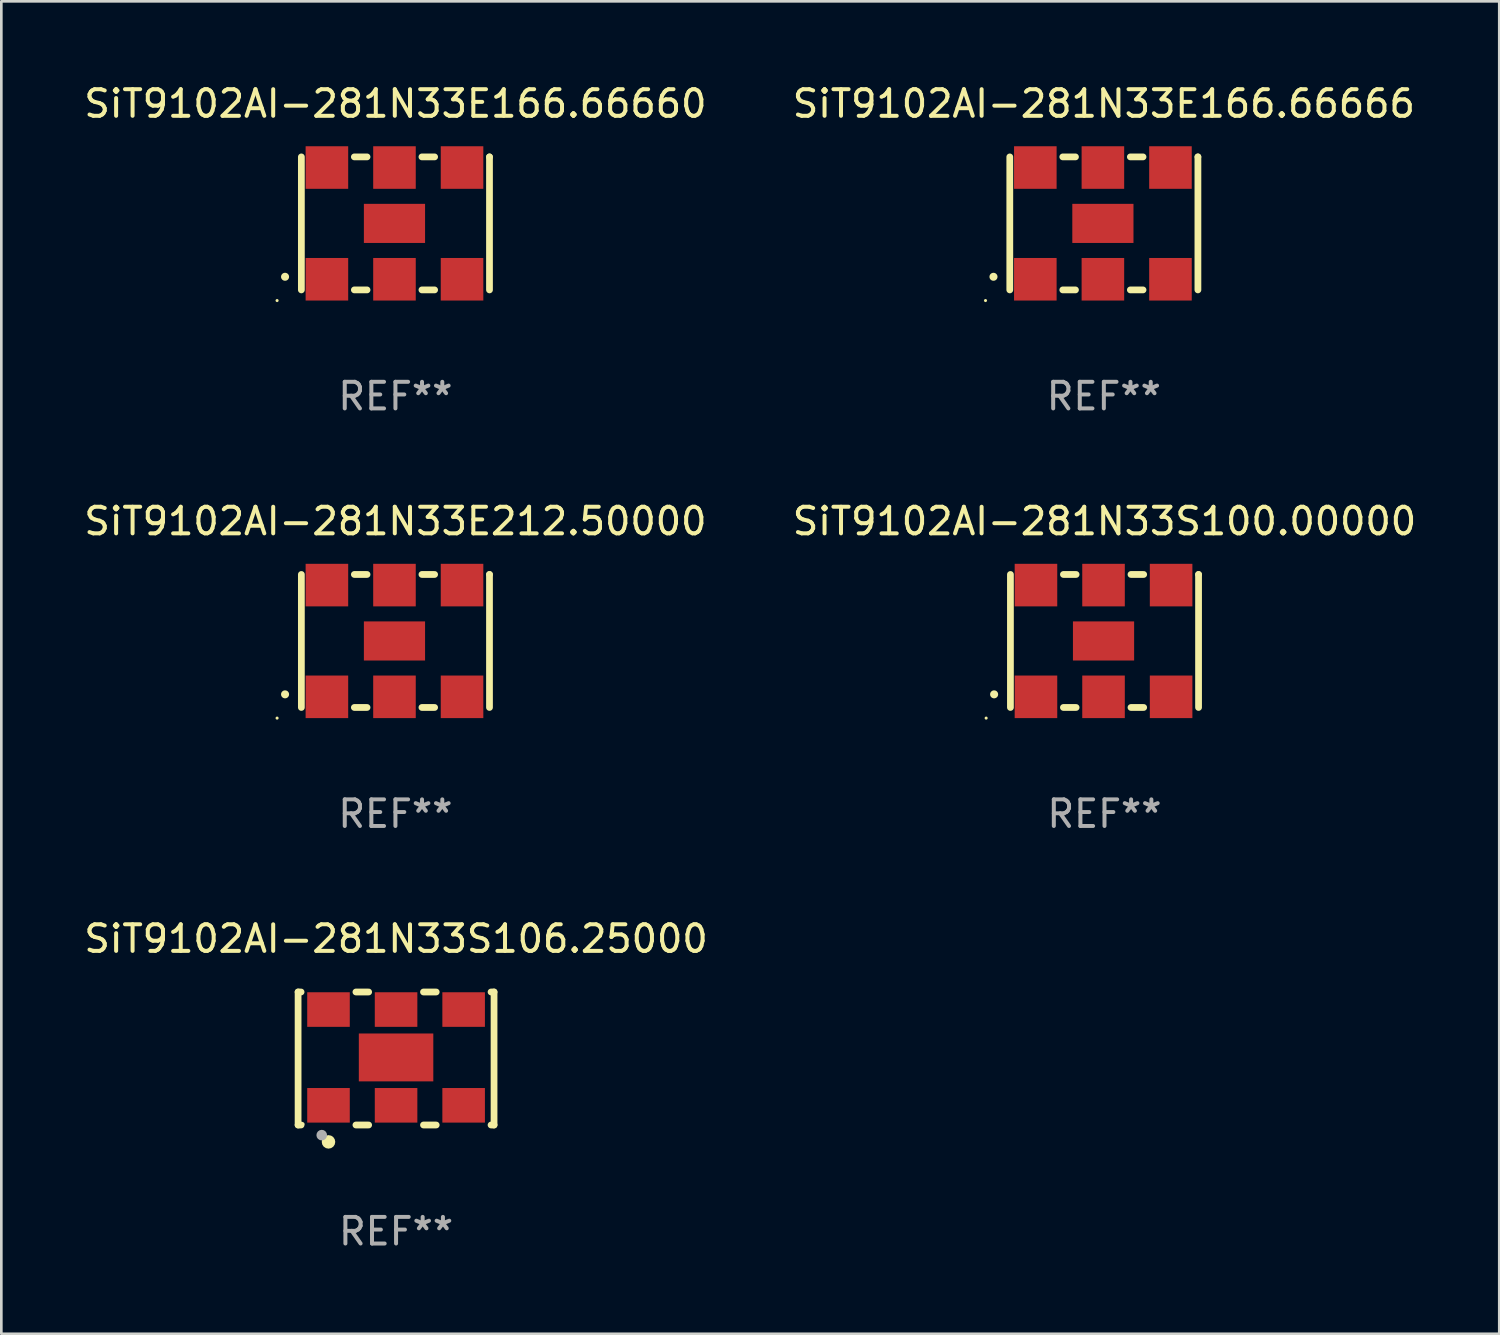
<source format=kicad_pcb>
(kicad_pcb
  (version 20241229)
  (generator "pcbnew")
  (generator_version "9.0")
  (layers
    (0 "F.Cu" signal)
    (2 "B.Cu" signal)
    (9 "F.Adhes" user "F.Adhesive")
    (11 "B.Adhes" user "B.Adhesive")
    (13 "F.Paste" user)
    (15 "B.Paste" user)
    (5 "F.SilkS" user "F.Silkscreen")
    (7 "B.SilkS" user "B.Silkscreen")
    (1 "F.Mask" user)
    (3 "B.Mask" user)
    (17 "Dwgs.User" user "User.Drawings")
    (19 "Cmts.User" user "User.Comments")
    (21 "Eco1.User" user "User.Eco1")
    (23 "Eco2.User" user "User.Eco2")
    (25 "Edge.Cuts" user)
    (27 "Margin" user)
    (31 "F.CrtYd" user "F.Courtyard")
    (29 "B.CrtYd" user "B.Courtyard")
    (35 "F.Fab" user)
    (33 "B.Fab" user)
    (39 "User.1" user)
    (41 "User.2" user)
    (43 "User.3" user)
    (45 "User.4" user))
  (footprint "SiT9102AI-281N33E166.66660"
    (layer "F.Cu")
    (at 11.815 5.348)
    (property "Reference" "SiT9102AI-281N33E166.66660" (at 0 -4.5 0) (layer "F.SilkS") (effects (font (size 1 1) (thickness 0.15))))
    (attr through_hole)
    (fp_line (start -3.536 -2.5) (end -3.536 2.5) (stroke (width 0.254) (type solid)) (layer "F.SilkS"))
    (fp_line (start -1.544 2.5) (end -1.067 2.5) (stroke (width 0.254) (type solid)) (layer "F.SilkS"))
    (fp_line (start -1.067 -2.5) (end -1.544 -2.5) (stroke (width 0.254) (type solid)) (layer "F.SilkS"))
    (fp_line (start 0.996 2.5) (end 1.473 2.5) (stroke (width 0.254) (type solid)) (layer "F.SilkS"))
    (fp_line (start 1.473 -2.5) (end 0.996 -2.5) (stroke (width 0.254) (type solid)) (layer "F.SilkS"))
    (fp_line (start 3.536 -2.5) (end 3.536 -2.5) (stroke (width 0.254) (type solid)) (layer "F.SilkS"))
    (fp_line (start 3.536 2.5) (end 3.536 -2.5) (stroke (width 0.254) (type solid)) (layer "F.SilkS"))
    (fp_arc (start -4.150432 2.006604) (mid -4.149162 2.006599) (end -4.147892 2.006604) (stroke (width 0.3) (type solid)) (layer "F.SilkS"))
    (fp_circle (center -4.449 2.9) (end -4.419 2.9) (stroke (width 0.06) (type solid)) (fill no) (layer "F.SilkS"))
    (fp_text user "REF**" (at 0 6.5 0) (layer "F.Fab") (effects (font (size 1 1) (thickness 0.15))))
    (pad "1" smd rect (at -2.576 2.1) (size 1.6 1.6) (layers "F.Cu" "F.Mask" "F.Paste"))
    (pad "2" smd rect (at -0.036 2.1) (size 1.6 1.6) (layers "F.Cu" "F.Mask" "F.Paste"))
    (pad "3" smd rect (at 2.504 2.1) (size 1.6 1.6) (layers "F.Cu" "F.Mask" "F.Paste"))
    (pad "4" smd rect (at 2.504 -2.1) (size 1.6 1.6) (layers "F.Cu" "F.Mask" "F.Paste"))
    (pad "5" smd rect (at -0.036 -2.1) (size 1.6 1.6) (layers "F.Cu" "F.Mask" "F.Paste"))
    (pad "6" smd rect (at -2.576 -2.1) (size 1.6 1.6) (layers "F.Cu" "F.Mask" "F.Paste"))
    (pad "7" smd rect (at -0.036 0) (size 2.3 1.47) (layers "F.Cu" "F.Mask" "F.Paste")))
  (footprint "SiT9102AI-281N33E212.50000"
    (layer "F.Cu")
    (at 11.815 21.045)
    (property "Reference" "SiT9102AI-281N33E212.50000" (at 0 -4.5 0) (layer "F.SilkS") (effects (font (size 1 1) (thickness 0.15))))
    (attr through_hole)
    (fp_line (start -3.536 -2.5) (end -3.536 2.5) (stroke (width 0.254) (type solid)) (layer "F.SilkS"))
    (fp_line (start -1.544 2.5) (end -1.067 2.5) (stroke (width 0.254) (type solid)) (layer "F.SilkS"))
    (fp_line (start -1.067 -2.5) (end -1.544 -2.5) (stroke (width 0.254) (type solid)) (layer "F.SilkS"))
    (fp_line (start 0.996 2.5) (end 1.473 2.5) (stroke (width 0.254) (type solid)) (layer "F.SilkS"))
    (fp_line (start 1.473 -2.5) (end 0.996 -2.5) (stroke (width 0.254) (type solid)) (layer "F.SilkS"))
    (fp_line (start 3.536 -2.5) (end 3.536 -2.5) (stroke (width 0.254) (type solid)) (layer "F.SilkS"))
    (fp_line (start 3.536 2.5) (end 3.536 -2.5) (stroke (width 0.254) (type solid)) (layer "F.SilkS"))
    (fp_arc (start -4.150432 2.006604) (mid -4.149162 2.006599) (end -4.147892 2.006604) (stroke (width 0.3) (type solid)) (layer "F.SilkS"))
    (fp_circle (center -4.449 2.9) (end -4.419 2.9) (stroke (width 0.06) (type solid)) (fill no) (layer "F.SilkS"))
    (fp_text user "REF**" (at 0 6.5 0) (layer "F.Fab") (effects (font (size 1 1) (thickness 0.15))))
    (pad "1" smd rect (at -2.576 2.1) (size 1.6 1.6) (layers "F.Cu" "F.Mask" "F.Paste"))
    (pad "2" smd rect (at -0.036 2.1) (size 1.6 1.6) (layers "F.Cu" "F.Mask" "F.Paste"))
    (pad "3" smd rect (at 2.504 2.1) (size 1.6 1.6) (layers "F.Cu" "F.Mask" "F.Paste"))
    (pad "4" smd rect (at 2.504 -2.1) (size 1.6 1.6) (layers "F.Cu" "F.Mask" "F.Paste"))
    (pad "5" smd rect (at -0.036 -2.1) (size 1.6 1.6) (layers "F.Cu" "F.Mask" "F.Paste"))
    (pad "6" smd rect (at -2.576 -2.1) (size 1.6 1.6) (layers "F.Cu" "F.Mask" "F.Paste"))
    (pad "7" smd rect (at -0.036 0) (size 2.3 1.47) (layers "F.Cu" "F.Mask" "F.Paste")))
  (footprint "SiT9102AI-281N33E166.66666"
    (layer "F.Cu")
    (at 38.446 5.348)
    (property "Reference" "SiT9102AI-281N33E166.66666" (at 0 -4.5 0) (layer "F.SilkS") (effects (font (size 1 1) (thickness 0.15))))
    (attr through_hole)
    (fp_line (start -3.536 -2.5) (end -3.536 2.5) (stroke (width 0.254) (type solid)) (layer "F.SilkS"))
    (fp_line (start -1.544 2.5) (end -1.067 2.5) (stroke (width 0.254) (type solid)) (layer "F.SilkS"))
    (fp_line (start -1.067 -2.5) (end -1.544 -2.5) (stroke (width 0.254) (type solid)) (layer "F.SilkS"))
    (fp_line (start 0.996 2.5) (end 1.473 2.5) (stroke (width 0.254) (type solid)) (layer "F.SilkS"))
    (fp_line (start 1.473 -2.5) (end 0.996 -2.5) (stroke (width 0.254) (type solid)) (layer "F.SilkS"))
    (fp_line (start 3.536 -2.5) (end 3.536 -2.5) (stroke (width 0.254) (type solid)) (layer "F.SilkS"))
    (fp_line (start 3.536 2.5) (end 3.536 -2.5) (stroke (width 0.254) (type solid)) (layer "F.SilkS"))
    (fp_arc (start -4.150432 2.006604) (mid -4.149162 2.006599) (end -4.147892 2.006604) (stroke (width 0.3) (type solid)) (layer "F.SilkS"))
    (fp_circle (center -4.449 2.9) (end -4.419 2.9) (stroke (width 0.06) (type solid)) (fill no) (layer "F.SilkS"))
    (fp_text user "REF**" (at 0 6.5 0) (layer "F.Fab") (effects (font (size 1 1) (thickness 0.15))))
    (pad "1" smd rect (at -2.576 2.1) (size 1.6 1.6) (layers "F.Cu" "F.Mask" "F.Paste"))
    (pad "2" smd rect (at -0.036 2.1) (size 1.6 1.6) (layers "F.Cu" "F.Mask" "F.Paste"))
    (pad "3" smd rect (at 2.504 2.1) (size 1.6 1.6) (layers "F.Cu" "F.Mask" "F.Paste"))
    (pad "4" smd rect (at 2.504 -2.1) (size 1.6 1.6) (layers "F.Cu" "F.Mask" "F.Paste"))
    (pad "5" smd rect (at -0.036 -2.1) (size 1.6 1.6) (layers "F.Cu" "F.Mask" "F.Paste"))
    (pad "6" smd rect (at -2.576 -2.1) (size 1.6 1.6) (layers "F.Cu" "F.Mask" "F.Paste"))
    (pad "7" smd rect (at -0.036 0) (size 2.3 1.47) (layers "F.Cu" "F.Mask" "F.Paste")))
  (footprint "SiT9102AI-281N33S106.25000"
    (layer "F.Cu")
    (at 11.839 36.741)
    (property "Reference" "SiT9102AI-281N33S106.25000" (at 0 -4.5 0) (layer "F.SilkS") (effects (font (size 1 1) (thickness 0.15))))
    (attr through_hole)
    (fp_line (start -3.683 -2.5) (end -3.571 -2.5) (stroke (width 0.254) (type solid)) (layer "F.SilkS"))
    (fp_line (start -3.683 2.5) (end -3.683 -2.5) (stroke (width 0.254) (type solid)) (layer "F.SilkS"))
    (fp_line (start -3.683 2.5) (end -3.571 2.5) (stroke (width 0.254) (type solid)) (layer "F.SilkS"))
    (fp_line (start -1.509 -2.5) (end -1.031 -2.5) (stroke (width 0.254) (type solid)) (layer "F.SilkS"))
    (fp_line (start -1.509 2.5) (end -1.031 2.5) (stroke (width 0.254) (type solid)) (layer "F.SilkS"))
    (fp_line (start 1.031 -2.5) (end 1.509 -2.5) (stroke (width 0.254) (type solid)) (layer "F.SilkS"))
    (fp_line (start 1.031 2.5) (end 1.509 2.5) (stroke (width 0.254) (type solid)) (layer "F.SilkS"))
    (fp_line (start 3.571 -2.5) (end 3.683 -2.5) (stroke (width 0.254) (type solid)) (layer "F.SilkS"))
    (fp_line (start 3.571 2.5) (end 3.683 2.5) (stroke (width 0.254) (type solid)) (layer "F.SilkS"))
    (fp_line (start 3.683 2.5) (end 3.683 -2.5) (stroke (width 0.254) (type solid)) (layer "F.SilkS"))
    (fp_circle (center -3.5 2.46) (end -3.47 2.46) (stroke (width 0.06) (type solid)) (fill no) (layer "F.SilkS"))
    (fp_circle (center -2.54 3.135) (end -2.413 3.135) (stroke (width 0.254) (type solid)) (fill no) (layer "F.SilkS"))
    (fp_circle (center -2.794 2.881) (end -2.694 2.881) (stroke (width 0.2) (type solid)) (fill no) (layer "F.Fab"))
    (fp_text user "REF**" (at 0 6.5 0) (layer "F.Fab") (effects (font (size 1 1) (thickness 0.15))))
    (pad "1" smd rect (at -2.54 1.76) (size 1.6 1.3) (layers "F.Cu" "F.Mask" "F.Paste"))
    (pad "2" smd rect (at 0 1.76) (size 1.6 1.3) (layers "F.Cu" "F.Mask" "F.Paste"))
    (pad "3" smd rect (at 2.54 1.76) (size 1.6 1.3) (layers "F.Cu" "F.Mask" "F.Paste"))
    (pad "4" smd rect (at 2.54 -1.84) (size 1.6 1.3) (layers "F.Cu" "F.Mask" "F.Paste"))
    (pad "5" smd rect (at 0 -1.84) (size 1.6 1.3) (layers "F.Cu" "F.Mask" "F.Paste"))
    (pad "6" smd rect (at -2.54 -1.84) (size 1.6 1.3) (layers "F.Cu" "F.Mask" "F.Paste"))
    (pad "7" smd rect (at 0 -0.04) (size 2.8 1.8) (layers "F.Cu" "F.Mask" "F.Paste")))
  (footprint "SiT9102AI-281N33S100.00000"
    (layer "F.Cu")
    (at 38.47 21.045)
    (property "Reference" "SiT9102AI-281N33S100.00000" (at 0 -4.5 0) (layer "F.SilkS") (effects (font (size 1 1) (thickness 0.15))))
    (attr through_hole)
    (fp_line (start -3.536 -2.5) (end -3.536 2.5) (stroke (width 0.254) (type solid)) (layer "F.SilkS"))
    (fp_line (start -1.544 2.5) (end -1.067 2.5) (stroke (width 0.254) (type solid)) (layer "F.SilkS"))
    (fp_line (start -1.067 -2.5) (end -1.544 -2.5) (stroke (width 0.254) (type solid)) (layer "F.SilkS"))
    (fp_line (start 0.996 2.5) (end 1.473 2.5) (stroke (width 0.254) (type solid)) (layer "F.SilkS"))
    (fp_line (start 1.473 -2.5) (end 0.996 -2.5) (stroke (width 0.254) (type solid)) (layer "F.SilkS"))
    (fp_line (start 3.536 -2.5) (end 3.536 -2.5) (stroke (width 0.254) (type solid)) (layer "F.SilkS"))
    (fp_line (start 3.536 2.5) (end 3.536 -2.5) (stroke (width 0.254) (type solid)) (layer "F.SilkS"))
    (fp_arc (start -4.150432 2.006604) (mid -4.149162 2.006599) (end -4.147892 2.006604) (stroke (width 0.3) (type solid)) (layer "F.SilkS"))
    (fp_circle (center -4.449 2.9) (end -4.419 2.9) (stroke (width 0.06) (type solid)) (fill no) (layer "F.SilkS"))
    (fp_text user "REF**" (at 0 6.5 0) (layer "F.Fab") (effects (font (size 1 1) (thickness 0.15))))
    (pad "1" smd rect (at -2.576 2.1) (size 1.6 1.6) (layers "F.Cu" "F.Mask" "F.Paste"))
    (pad "2" smd rect (at -0.036 2.1) (size 1.6 1.6) (layers "F.Cu" "F.Mask" "F.Paste"))
    (pad "3" smd rect (at 2.504 2.1) (size 1.6 1.6) (layers "F.Cu" "F.Mask" "F.Paste"))
    (pad "4" smd rect (at 2.504 -2.1) (size 1.6 1.6) (layers "F.Cu" "F.Mask" "F.Paste"))
    (pad "5" smd rect (at -0.036 -2.1) (size 1.6 1.6) (layers "F.Cu" "F.Mask" "F.Paste"))
    (pad "6" smd rect (at -2.576 -2.1) (size 1.6 1.6) (layers "F.Cu" "F.Mask" "F.Paste"))
    (pad "7" smd rect (at -0.036 0) (size 2.3 1.47) (layers "F.Cu" "F.Mask" "F.Paste")))
  (gr_rect
    (start -3 -3)
    (end 53.31 47.09)
    (stroke (width 0.1) (type default))
    (fill no)
    (layer "Edge.Cuts")))
</source>
